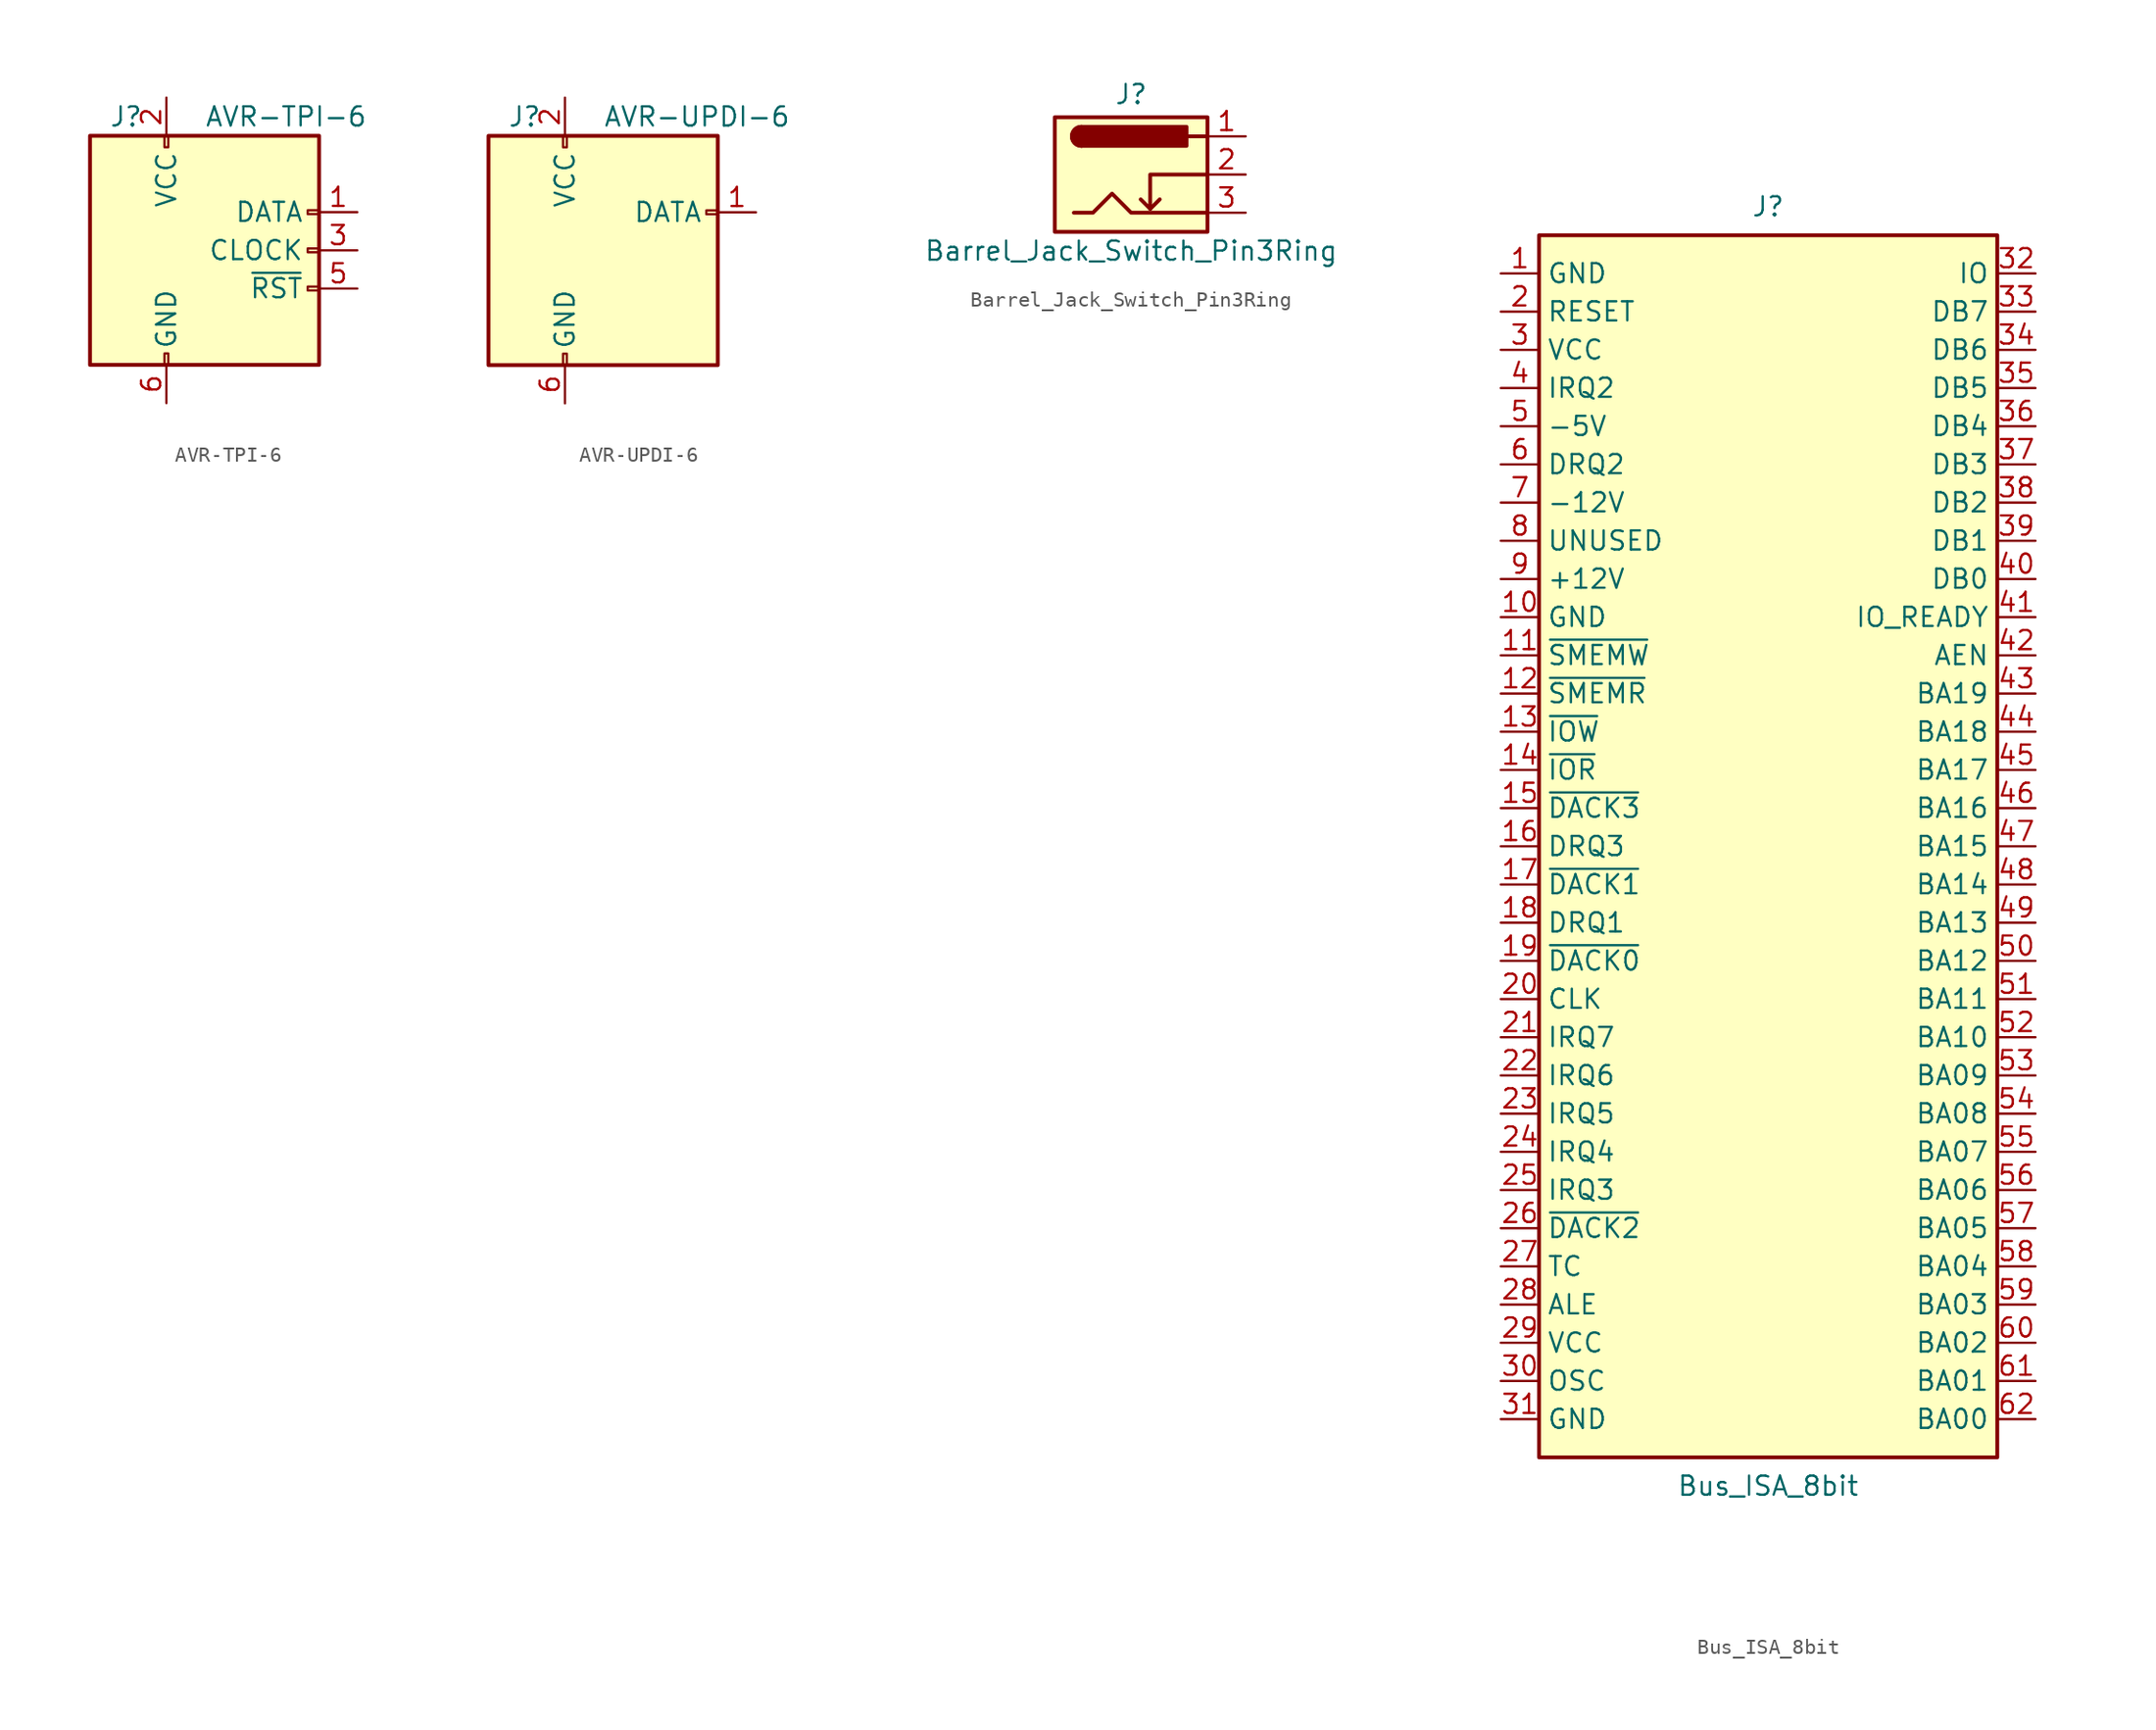
<source format=kicad_sym>
(kicad_symbol_lib
  (version 20201005)
  (generator kicad_symbol_editor)
  (symbol "AVR-TPI-6"
    (pin_names
      (offset 1.016))
    (property "Reference" "J"
      (at -6.35 8.89 0)
      (effects (font (size 1.27 1.27)) (justify left)))
    (property "Value" "AVR-TPI-6"
      (at 0 8.89 0)
      (effects (font (size 1.27 1.27)) (justify left)))
    (symbol "AVR-TPI-6_0_1"
      (rectangle (start -2.667 -6.858) (end -2.413 -7.62) (stroke (width 0)) (fill (type none)))
      (rectangle (start -2.667 7.62) (end -2.413 6.858) (stroke (width 0)) (fill (type none)))
      (rectangle (start 7.62 -2.413) (end 6.858 -2.667) (stroke (width 0)) (fill (type none)))
      (rectangle (start 7.62 0.127) (end 6.858 -0.127) (stroke (width 0)) (fill (type none)))
      (rectangle (start 7.62 2.667) (end 6.858 2.413) (stroke (width 0)) (fill (type none)))
      (rectangle (start 7.62 7.62) (end -7.62 -7.62) (stroke (width 0.254)) (fill (type background))))
    (symbol "AVR-TPI-6_1_1"
      (pin passive line (at 10.16 2.54 180) (length 2.54) (name "DATA" (effects (font (size 1.27 1.27)))) (number "1" (effects (font (size 1.27 1.27)))))
      (pin passive line (at -2.54 10.16 270) (length 2.54) (name "VCC" (effects (font (size 1.27 1.27)))) (number "2" (effects (font (size 1.27 1.27)))))
      (pin passive line (at 10.16 0 180) (length 2.54) (name "CLOCK" (effects (font (size 1.27 1.27)))) (number "3" (effects (font (size 1.27 1.27)))))
      (pin unconnected line (at 7.62 -5.08 180) (length 2.54) hide (name "NC" (effects (font (size 1.27 1.27)))) (number "4" (effects (font (size 1.27 1.27)))))
      (pin passive line (at 10.16 -2.54 180) (length 2.54) (name "~RST" (effects (font (size 1.27 1.27)))) (number "5" (effects (font (size 1.27 1.27)))))
      (pin passive line (at -2.54 -10.16 90) (length 2.54) (name "GND" (effects (font (size 1.27 1.27)))) (number "6" (effects (font (size 1.27 1.27)))))))
  (symbol "AVR-UPDI-6"
    (pin_names
      (offset 1.016))
    (property "Reference" "J"
      (at -6.35 8.89 0)
      (effects (font (size 1.27 1.27)) (justify left)))
    (property "Value" "AVR-UPDI-6"
      (at 0 8.89 0)
      (effects (font (size 1.27 1.27)) (justify left)))
    (symbol "AVR-UPDI-6_0_1"
      (rectangle (start -2.667 -6.858) (end -2.413 -7.62) (stroke (width 0)) (fill (type none)))
      (rectangle (start -2.667 7.62) (end -2.413 6.858) (stroke (width 0)) (fill (type none)))
      (rectangle (start 7.62 2.667) (end 6.858 2.413) (stroke (width 0)) (fill (type none)))
      (rectangle (start 7.62 7.62) (end -7.62 -7.62) (stroke (width 0.254)) (fill (type background))))
    (symbol "AVR-UPDI-6_1_1"
      (pin passive line (at 10.16 2.54 180) (length 2.54) (name "DATA" (effects (font (size 1.27 1.27)))) (number "1" (effects (font (size 1.27 1.27)))))
      (pin passive line (at -2.54 10.16 270) (length 2.54) (name "VCC" (effects (font (size 1.27 1.27)))) (number "2" (effects (font (size 1.27 1.27)))))
      (pin unconnected line (at 7.62 0 180) (length 2.54) hide (name "NC" (effects (font (size 1.27 1.27)))) (number "3" (effects (font (size 1.27 1.27)))))
      (pin unconnected line (at 7.62 -2.54 180) (length 2.54) hide (name "NC" (effects (font (size 1.27 1.27)))) (number "4" (effects (font (size 1.27 1.27)))))
      (pin unconnected line (at 7.62 -5.08 180) (length 2.54) hide (name "NC" (effects (font (size 1.27 1.27)))) (number "5" (effects (font (size 1.27 1.27)))))
      (pin passive line (at -2.54 -10.16 90) (length 2.54) (name "GND" (effects (font (size 1.27 1.27)))) (number "6" (effects (font (size 1.27 1.27)))))))
  (symbol "Barrel_Jack_Switch_Pin3Ring"
    (pin_names hide)
    (property "Reference" "J"
      (at 0 5.334 0)
      (effects (font (size 1.27 1.27))))
    (property "Value" "Barrel_Jack_Switch_Pin3Ring"
      (at 0 -5.08 0)
      (effects (font (size 1.27 1.27))))
    (symbol "Barrel_Jack_Switch_Pin3Ring_0_1"
      (arc (start -3.302 3.175) (end -3.302 1.905) (radius (at -3.302 2.54) (length 0.635) (angles 90.1 -90.1)) (stroke (width 0.254)) (fill (type outline)))
      (arc (start -3.302 3.175) (end -3.302 1.905) (radius (at -3.302 2.54) (length 0.635) (angles 90.1 -90.1)) (stroke (width 0.254)) (fill (type none)))
      (rectangle (start -5.08 3.81) (end 5.08 -3.81) (stroke (width 0.254)) (fill (type background)))
      (rectangle (start 3.683 3.175) (end -3.302 1.905) (stroke (width 0.254)) (fill (type outline)))
      (polyline (pts (xy 1.27 -2.286) (xy 1.905 -1.651)) (stroke (width 0.254)) (fill (type none)))
      (polyline (pts (xy 5.08 2.54) (xy 3.81 2.54)) (stroke (width 0.254)) (fill (type none)))
      (polyline (pts (xy 5.08 0) (xy 1.27 0) (xy 1.27 -2.286) (xy 0.635 -1.651)) (stroke (width 0.254)) (fill (type none)))
      (polyline (pts (xy -3.81 -2.54) (xy -2.54 -2.54) (xy -1.27 -1.27) (xy 0 -2.54) (xy 2.54 -2.54) (xy 5.08 -2.54)) (stroke (width 0.254)) (fill (type none))))
    (symbol "Barrel_Jack_Switch_Pin3Ring_1_1"
      (pin passive line (at 7.62 2.54 180) (length 2.54) (name "~" (effects (font (size 1.27 1.27)))) (number "1" (effects (font (size 1.27 1.27)))))
      (pin passive line (at 7.62 0 180) (length 2.54) (name "~" (effects (font (size 1.27 1.27)))) (number "2" (effects (font (size 1.27 1.27)))))
      (pin passive line (at 7.62 -2.54 180) (length 2.54) (name "~" (effects (font (size 1.27 1.27)))) (number "3" (effects (font (size 1.27 1.27)))))))
  (symbol "Bus_ISA_8bit"
    (property "Reference" "J"
      (at 0 42.545 0)
      (effects (font (size 1.27 1.27))))
    (property "Value" "Bus_ISA_8bit"
      (at 0 -42.545 0)
      (effects (font (size 1.27 1.27))))
    (symbol "Bus_ISA_8bit_0_1"
      (rectangle (start -15.24 -40.64) (end 15.24 40.64) (stroke (width 0.254)) (fill (type background))))
    (symbol "Bus_ISA_8bit_1_1"
      (pin power_in line (at -17.78 38.1 0) (length 2.54) (name "GND" (effects (font (size 1.27 1.27)))) (number "1" (effects (font (size 1.27 1.27)))))
      (pin power_in line (at -17.78 15.24 0) (length 2.54) (name "GND" (effects (font (size 1.27 1.27)))) (number "10" (effects (font (size 1.27 1.27)))))
      (pin output line (at -17.78 12.7 0) (length 2.54) (name "~SMEMW" (effects (font (size 1.27 1.27)))) (number "11" (effects (font (size 1.27 1.27)))))
      (pin output line (at -17.78 10.16 0) (length 2.54) (name "~SMEMR" (effects (font (size 1.27 1.27)))) (number "12" (effects (font (size 1.27 1.27)))))
      (pin output line (at -17.78 7.62 0) (length 2.54) (name "~IOW" (effects (font (size 1.27 1.27)))) (number "13" (effects (font (size 1.27 1.27)))))
      (pin output line (at -17.78 5.08 0) (length 2.54) (name "~IOR" (effects (font (size 1.27 1.27)))) (number "14" (effects (font (size 1.27 1.27)))))
      (pin passive line (at -17.78 2.54 0) (length 2.54) (name "~DACK3" (effects (font (size 1.27 1.27)))) (number "15" (effects (font (size 1.27 1.27)))))
      (pin passive line (at -17.78 0 0) (length 2.54) (name "DRQ3" (effects (font (size 1.27 1.27)))) (number "16" (effects (font (size 1.27 1.27)))))
      (pin passive line (at -17.78 -2.54 0) (length 2.54) (name "~DACK1" (effects (font (size 1.27 1.27)))) (number "17" (effects (font (size 1.27 1.27)))))
      (pin passive line (at -17.78 -5.08 0) (length 2.54) (name "DRQ1" (effects (font (size 1.27 1.27)))) (number "18" (effects (font (size 1.27 1.27)))))
      (pin passive line (at -17.78 -7.62 0) (length 2.54) (name "~DACK0" (effects (font (size 1.27 1.27)))) (number "19" (effects (font (size 1.27 1.27)))))
      (pin output line (at -17.78 35.56 0) (length 2.54) (name "RESET" (effects (font (size 1.27 1.27)))) (number "2" (effects (font (size 1.27 1.27)))))
      (pin output line (at -17.78 -10.16 0) (length 2.54) (name "CLK" (effects (font (size 1.27 1.27)))) (number "20" (effects (font (size 1.27 1.27)))))
      (pin passive line (at -17.78 -12.7 0) (length 2.54) (name "IRQ7" (effects (font (size 1.27 1.27)))) (number "21" (effects (font (size 1.27 1.27)))))
      (pin passive line (at -17.78 -15.24 0) (length 2.54) (name "IRQ6" (effects (font (size 1.27 1.27)))) (number "22" (effects (font (size 1.27 1.27)))))
      (pin passive line (at -17.78 -17.78 0) (length 2.54) (name "IRQ5" (effects (font (size 1.27 1.27)))) (number "23" (effects (font (size 1.27 1.27)))))
      (pin passive line (at -17.78 -20.32 0) (length 2.54) (name "IRQ4" (effects (font (size 1.27 1.27)))) (number "24" (effects (font (size 1.27 1.27)))))
      (pin passive line (at -17.78 -22.86 0) (length 2.54) (name "IRQ3" (effects (font (size 1.27 1.27)))) (number "25" (effects (font (size 1.27 1.27)))))
      (pin passive line (at -17.78 -25.4 0) (length 2.54) (name "~DACK2" (effects (font (size 1.27 1.27)))) (number "26" (effects (font (size 1.27 1.27)))))
      (pin passive line (at -17.78 -27.94 0) (length 2.54) (name "TC" (effects (font (size 1.27 1.27)))) (number "27" (effects (font (size 1.27 1.27)))))
      (pin output line (at -17.78 -30.48 0) (length 2.54) (name "ALE" (effects (font (size 1.27 1.27)))) (number "28" (effects (font (size 1.27 1.27)))))
      (pin power_in line (at -17.78 -33.02 0) (length 2.54) (name "VCC" (effects (font (size 1.27 1.27)))) (number "29" (effects (font (size 1.27 1.27)))))
      (pin power_in line (at -17.78 33.02 0) (length 2.54) (name "VCC" (effects (font (size 1.27 1.27)))) (number "3" (effects (font (size 1.27 1.27)))))
      (pin output line (at -17.78 -35.56 0) (length 2.54) (name "OSC" (effects (font (size 1.27 1.27)))) (number "30" (effects (font (size 1.27 1.27)))))
      (pin power_in line (at -17.78 -38.1 0) (length 2.54) (name "GND" (effects (font (size 1.27 1.27)))) (number "31" (effects (font (size 1.27 1.27)))))
      (pin passive line (at 17.78 38.1 180) (length 2.54) (name "IO" (effects (font (size 1.27 1.27)))) (number "32" (effects (font (size 1.27 1.27)))))
      (pin tri_state line (at 17.78 35.56 180) (length 2.54) (name "DB7" (effects (font (size 1.27 1.27)))) (number "33" (effects (font (size 1.27 1.27)))))
      (pin tri_state line (at 17.78 33.02 180) (length 2.54) (name "DB6" (effects (font (size 1.27 1.27)))) (number "34" (effects (font (size 1.27 1.27)))))
      (pin tri_state line (at 17.78 30.48 180) (length 2.54) (name "DB5" (effects (font (size 1.27 1.27)))) (number "35" (effects (font (size 1.27 1.27)))))
      (pin tri_state line (at 17.78 27.94 180) (length 2.54) (name "DB4" (effects (font (size 1.27 1.27)))) (number "36" (effects (font (size 1.27 1.27)))))
      (pin tri_state line (at 17.78 25.4 180) (length 2.54) (name "DB3" (effects (font (size 1.27 1.27)))) (number "37" (effects (font (size 1.27 1.27)))))
      (pin tri_state line (at 17.78 22.86 180) (length 2.54) (name "DB2" (effects (font (size 1.27 1.27)))) (number "38" (effects (font (size 1.27 1.27)))))
      (pin tri_state line (at 17.78 20.32 180) (length 2.54) (name "DB1" (effects (font (size 1.27 1.27)))) (number "39" (effects (font (size 1.27 1.27)))))
      (pin passive line (at -17.78 30.48 0) (length 2.54) (name "IRQ2" (effects (font (size 1.27 1.27)))) (number "4" (effects (font (size 1.27 1.27)))))
      (pin tri_state line (at 17.78 17.78 180) (length 2.54) (name "DB0" (effects (font (size 1.27 1.27)))) (number "40" (effects (font (size 1.27 1.27)))))
      (pin passive line (at 17.78 15.24 180) (length 2.54) (name "IO_READY" (effects (font (size 1.27 1.27)))) (number "41" (effects (font (size 1.27 1.27)))))
      (pin output line (at 17.78 12.7 180) (length 2.54) (name "AEN" (effects (font (size 1.27 1.27)))) (number "42" (effects (font (size 1.27 1.27)))))
      (pin tri_state line (at 17.78 10.16 180) (length 2.54) (name "BA19" (effects (font (size 1.27 1.27)))) (number "43" (effects (font (size 1.27 1.27)))))
      (pin tri_state line (at 17.78 7.62 180) (length 2.54) (name "BA18" (effects (font (size 1.27 1.27)))) (number "44" (effects (font (size 1.27 1.27)))))
      (pin tri_state line (at 17.78 5.08 180) (length 2.54) (name "BA17" (effects (font (size 1.27 1.27)))) (number "45" (effects (font (size 1.27 1.27)))))
      (pin tri_state line (at 17.78 2.54 180) (length 2.54) (name "BA16" (effects (font (size 1.27 1.27)))) (number "46" (effects (font (size 1.27 1.27)))))
      (pin tri_state line (at 17.78 0 180) (length 2.54) (name "BA15" (effects (font (size 1.27 1.27)))) (number "47" (effects (font (size 1.27 1.27)))))
      (pin tri_state line (at 17.78 -2.54 180) (length 2.54) (name "BA14" (effects (font (size 1.27 1.27)))) (number "48" (effects (font (size 1.27 1.27)))))
      (pin tri_state line (at 17.78 -5.08 180) (length 2.54) (name "BA13" (effects (font (size 1.27 1.27)))) (number "49" (effects (font (size 1.27 1.27)))))
      (pin power_in line (at -17.78 27.94 0) (length 2.54) (name "-5V" (effects (font (size 1.27 1.27)))) (number "5" (effects (font (size 1.27 1.27)))))
      (pin tri_state line (at 17.78 -7.62 180) (length 2.54) (name "BA12" (effects (font (size 1.27 1.27)))) (number "50" (effects (font (size 1.27 1.27)))))
      (pin tri_state line (at 17.78 -10.16 180) (length 2.54) (name "BA11" (effects (font (size 1.27 1.27)))) (number "51" (effects (font (size 1.27 1.27)))))
      (pin tri_state line (at 17.78 -12.7 180) (length 2.54) (name "BA10" (effects (font (size 1.27 1.27)))) (number "52" (effects (font (size 1.27 1.27)))))
      (pin tri_state line (at 17.78 -15.24 180) (length 2.54) (name "BA09" (effects (font (size 1.27 1.27)))) (number "53" (effects (font (size 1.27 1.27)))))
      (pin tri_state line (at 17.78 -17.78 180) (length 2.54) (name "BA08" (effects (font (size 1.27 1.27)))) (number "54" (effects (font (size 1.27 1.27)))))
      (pin tri_state line (at 17.78 -20.32 180) (length 2.54) (name "BA07" (effects (font (size 1.27 1.27)))) (number "55" (effects (font (size 1.27 1.27)))))
      (pin tri_state line (at 17.78 -22.86 180) (length 2.54) (name "BA06" (effects (font (size 1.27 1.27)))) (number "56" (effects (font (size 1.27 1.27)))))
      (pin tri_state line (at 17.78 -25.4 180) (length 2.54) (name "BA05" (effects (font (size 1.27 1.27)))) (number "57" (effects (font (size 1.27 1.27)))))
      (pin tri_state line (at 17.78 -27.94 180) (length 2.54) (name "BA04" (effects (font (size 1.27 1.27)))) (number "58" (effects (font (size 1.27 1.27)))))
      (pin tri_state line (at 17.78 -30.48 180) (length 2.54) (name "BA03" (effects (font (size 1.27 1.27)))) (number "59" (effects (font (size 1.27 1.27)))))
      (pin passive line (at -17.78 25.4 0) (length 2.54) (name "DRQ2" (effects (font (size 1.27 1.27)))) (number "6" (effects (font (size 1.27 1.27)))))
      (pin tri_state line (at 17.78 -33.02 180) (length 2.54) (name "BA02" (effects (font (size 1.27 1.27)))) (number "60" (effects (font (size 1.27 1.27)))))
      (pin tri_state line (at 17.78 -35.56 180) (length 2.54) (name "BA01" (effects (font (size 1.27 1.27)))) (number "61" (effects (font (size 1.27 1.27)))))
      (pin tri_state line (at 17.78 -38.1 180) (length 2.54) (name "BA00" (effects (font (size 1.27 1.27)))) (number "62" (effects (font (size 1.27 1.27)))))
      (pin power_in line (at -17.78 22.86 0) (length 2.54) (name "-12V" (effects (font (size 1.27 1.27)))) (number "7" (effects (font (size 1.27 1.27)))))
      (pin passive line (at -17.78 20.32 0) (length 2.54) (name "UNUSED" (effects (font (size 1.27 1.27)))) (number "8" (effects (font (size 1.27 1.27)))))
      (pin power_in line (at -17.78 17.78 0) (length 2.54) (name "+12V" (effects (font (size 1.27 1.27)))) (number "9" (effects (font (size 1.27 1.27))))))))
</source>
